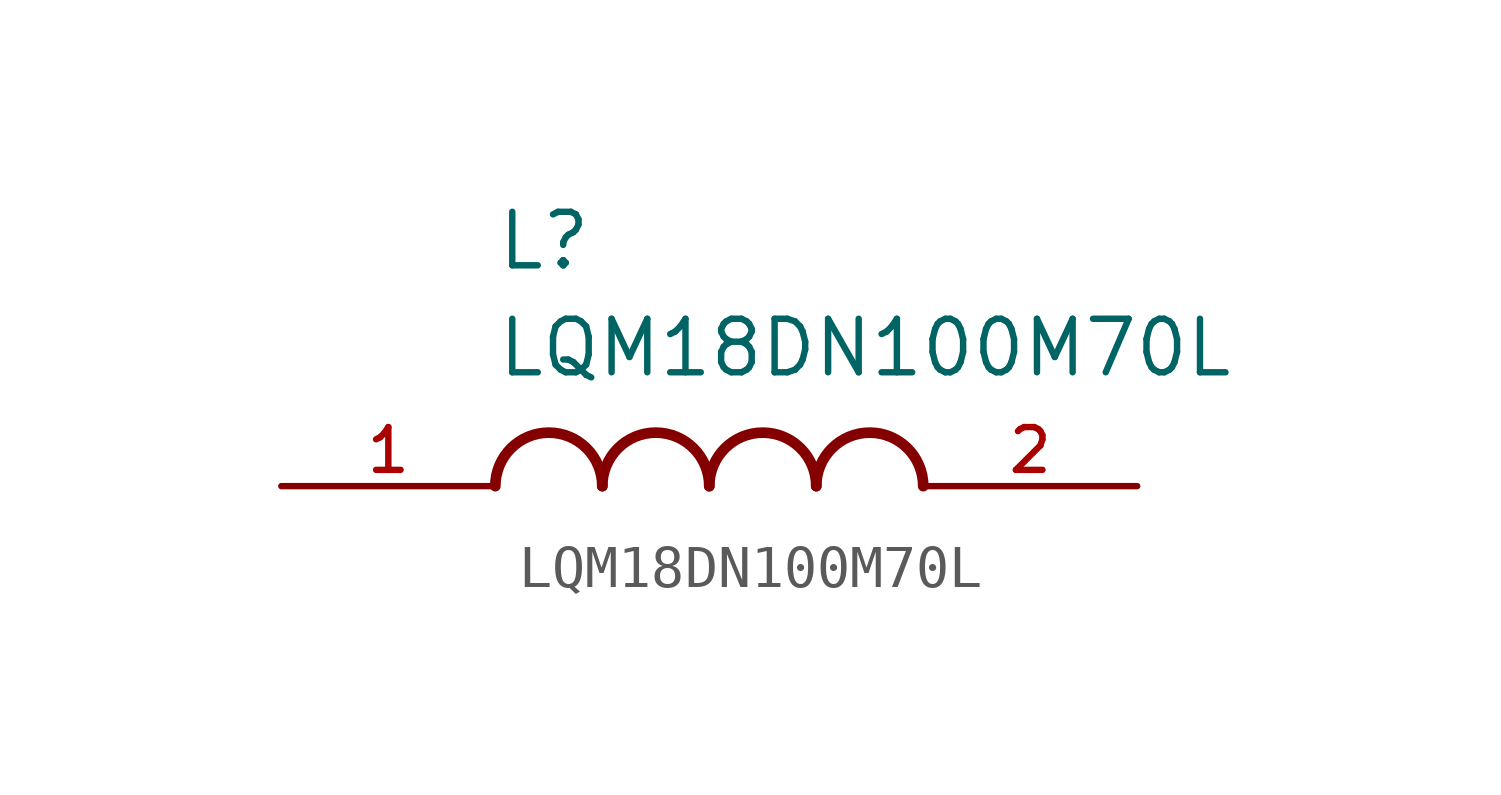
<source format=kicad_sym>
(kicad_symbol_lib
  (version 20211014)
  (generator kicad_symbol_editor)
  (symbol "LQM18DN100M70L"
    (pin_names
      (offset 1.016))
    (property "Reference" "L"
      (at -5.08 5.08 0)
      (effects (font (size 1.27 1.27)) (justify bottom left)))
    (property "Value" "LQM18DN100M70L"
      (at -5.08 2.54 0)
      (effects (font (size 1.27 1.27)) (justify bottom left)))
    (symbol "LQM18DN100M70L_0_0"
      (arc (start -2.54 0.0) (mid -3.81 1.27) (end -5.08 0.0) (stroke (width 0.254) (type default) (color 0 0 0 0)) (fill (type none)))
      (arc (start 0.0 0.0) (mid -1.27 1.27) (end -2.54 0.0) (stroke (width 0.254) (type default) (color 0 0 0 0)) (fill (type none)))
      (arc (start 2.54 0.0) (mid 1.27 1.27) (end 0.0 0.0) (stroke (width 0.254) (type default) (color 0 0 0 0)) (fill (type none)))
      (arc (start 5.08 0.0) (mid 3.81 1.27) (end 2.54 0.0) (stroke (width 0.254) (type default) (color 0 0 0 0)) (fill (type none)))
      (pin passive line (at -10.16 0.0 0) (length 5.08) (name "~" (effects (font (size 1.016 1.016)))) (number "1" (effects (font (size 1.016 1.016)))))
      (pin passive line (at 10.16 0.0 180.0) (length 5.08) (name "~" (effects (font (size 1.016 1.016)))) (number "2" (effects (font (size 1.016 1.016))))))))
</source>
